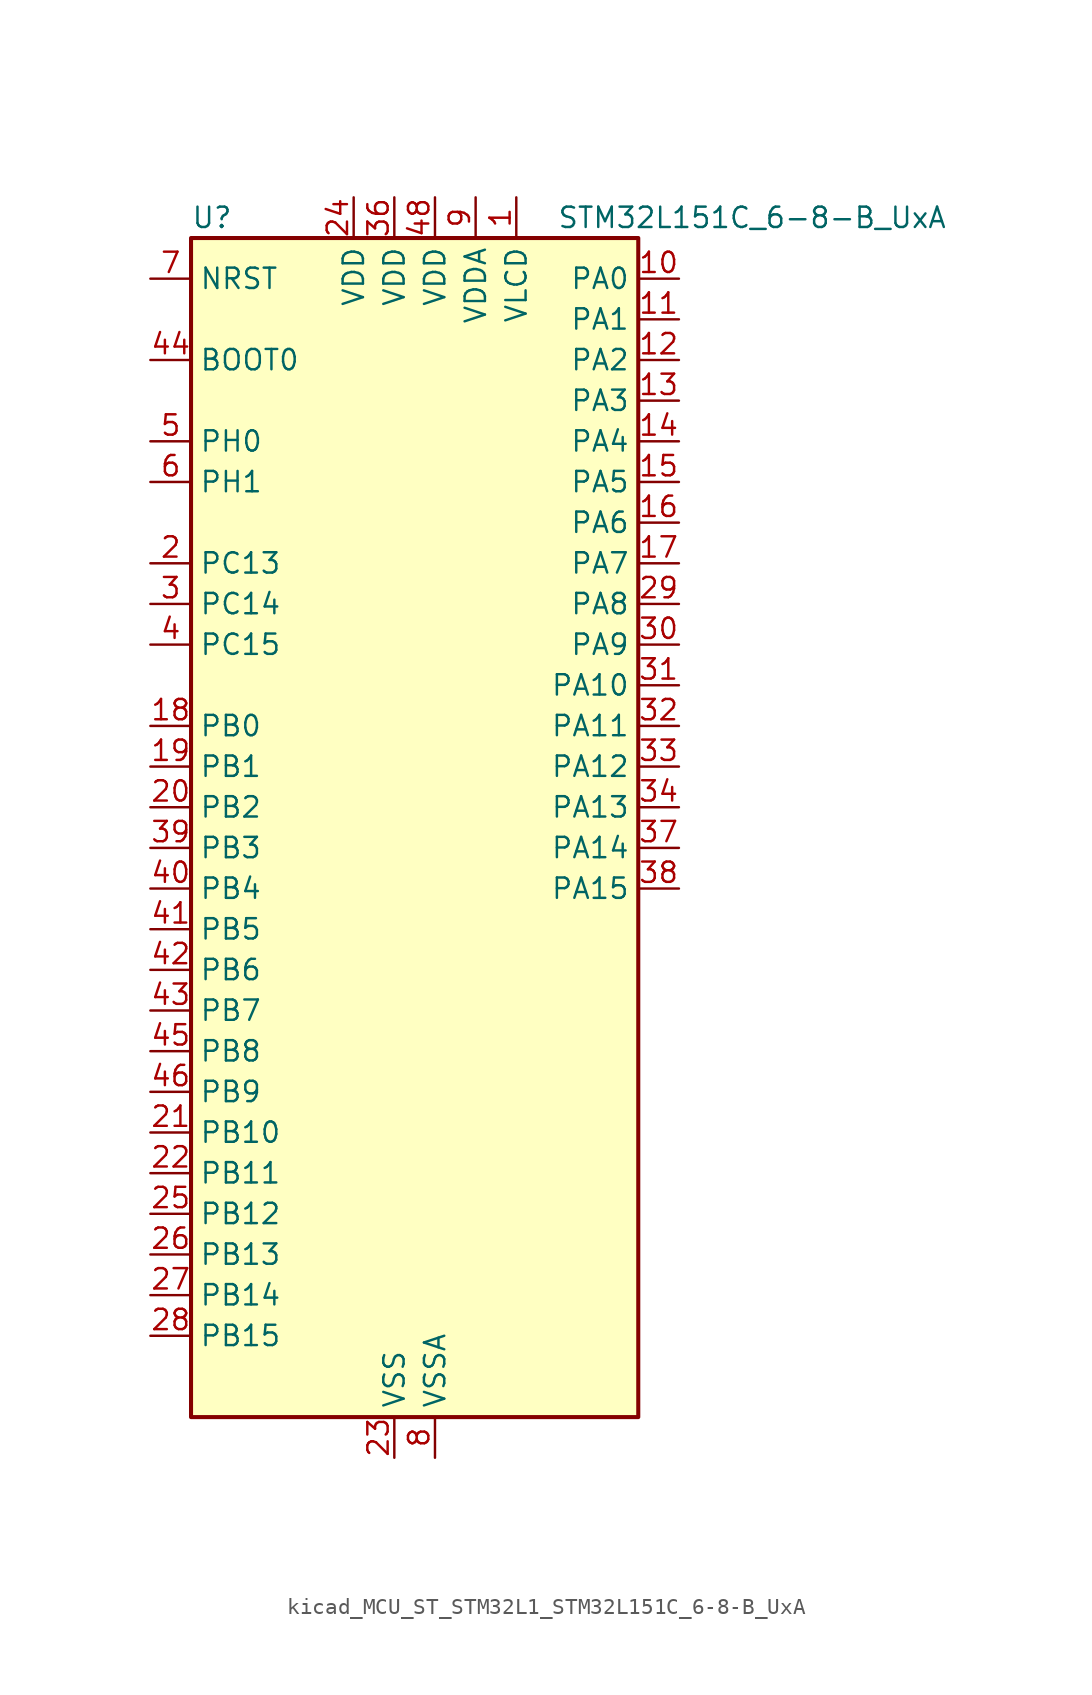
<source format=kicad_sym>
(kicad_symbol_lib
  (version 20220914)
  (generator kicad_symbol_editor)
  (symbol "kicad_MCU_ST_STM32L1_STM32L151C_6-8-B_UxA"
    (property "Reference" "U"
      (at -12.7 39.37 0)
      (effects (font (size 1.27 1.27)) (justify left)))
    (property "Value" "STM32L151C_6-8-B_UxA"
      (at 10.16 39.37 0)
      (effects (font (size 1.27 1.27)) (justify left)))
    (property "ki_locked" ""
      (at 0 0 0)
      (effects (font (size 1.27 1.27))))
    (symbol "kicad_MCU_ST_STM32L1_STM32L151C_6-8-B_UxA_0_1"
      (rectangle (start -12.7 -35.56) (end 15.24 38.1) (stroke (width 0.254) (type default)) (fill (type background))))
    (symbol "kicad_MCU_ST_STM32L1_STM32L151C_6-8-B_UxA_1_1"
      (pin power_in line (at 7.62 40.64 270) (length 2.54) (name "VLCD" (effects (font (size 1.27 1.27)))) (number "1" (effects (font (size 1.27 1.27)))))
      (pin bidirectional line (at 17.78 35.56 180) (length 2.54) (name "PA0" (effects (font (size 1.27 1.27)))) (number "10" (effects (font (size 1.27 1.27)))) (alternate "ADC_IN0" bidirectional line) (alternate "COMP1_INP" bidirectional line) (alternate "RTC_TAMP2" bidirectional line) (alternate "SYS_WKUP1" bidirectional line) (alternate "TIM2_CH1" bidirectional line) (alternate "TIM2_ETR" bidirectional line) (alternate "TIMX_IC1" bidirectional line) (alternate "TS_G1_IO1" bidirectional line) (alternate "USART2_CTS" bidirectional line))
      (pin bidirectional line (at 17.78 33.02 180) (length 2.54) (name "PA1" (effects (font (size 1.27 1.27)))) (number "11" (effects (font (size 1.27 1.27)))) (alternate "ADC_IN1" bidirectional line) (alternate "COMP1_INP" bidirectional line) (alternate "TIM2_CH2" bidirectional line) (alternate "TIMX_IC2" bidirectional line) (alternate "TS_G1_IO2" bidirectional line) (alternate "USART2_RTS" bidirectional line))
      (pin bidirectional line (at 17.78 30.48 180) (length 2.54) (name "PA2" (effects (font (size 1.27 1.27)))) (number "12" (effects (font (size 1.27 1.27)))) (alternate "ADC_IN2" bidirectional line) (alternate "COMP1_INP" bidirectional line) (alternate "TIM2_CH3" bidirectional line) (alternate "TIM9_CH1" bidirectional line) (alternate "TIMX_IC3" bidirectional line) (alternate "TS_G1_IO3" bidirectional line) (alternate "USART2_TX" bidirectional line))
      (pin bidirectional line (at 17.78 27.94 180) (length 2.54) (name "PA3" (effects (font (size 1.27 1.27)))) (number "13" (effects (font (size 1.27 1.27)))) (alternate "ADC_IN3" bidirectional line) (alternate "COMP1_INP" bidirectional line) (alternate "TIM2_CH4" bidirectional line) (alternate "TIM9_CH2" bidirectional line) (alternate "TIMX_IC4" bidirectional line) (alternate "TS_G1_IO4" bidirectional line) (alternate "USART2_RX" bidirectional line))
      (pin bidirectional line (at 17.78 25.4 180) (length 2.54) (name "PA4" (effects (font (size 1.27 1.27)))) (number "14" (effects (font (size 1.27 1.27)))) (alternate "ADC_IN4" bidirectional line) (alternate "COMP1_INP" bidirectional line) (alternate "DAC_OUT1" bidirectional line) (alternate "SPI1_NSS" bidirectional line) (alternate "TIMX_IC1" bidirectional line) (alternate "USART2_CK" bidirectional line))
      (pin bidirectional line (at 17.78 22.86 180) (length 2.54) (name "PA5" (effects (font (size 1.27 1.27)))) (number "15" (effects (font (size 1.27 1.27)))) (alternate "ADC_IN5" bidirectional line) (alternate "COMP1_INP" bidirectional line) (alternate "DAC_OUT2" bidirectional line) (alternate "SPI1_SCK" bidirectional line) (alternate "TIM2_CH1" bidirectional line) (alternate "TIM2_ETR" bidirectional line) (alternate "TIMX_IC2" bidirectional line))
      (pin bidirectional line (at 17.78 20.32 180) (length 2.54) (name "PA6" (effects (font (size 1.27 1.27)))) (number "16" (effects (font (size 1.27 1.27)))) (alternate "ADC_IN6" bidirectional line) (alternate "COMP1_INP" bidirectional line) (alternate "SPI1_MISO" bidirectional line) (alternate "TIM10_CH1" bidirectional line) (alternate "TIM3_CH1" bidirectional line) (alternate "TIMX_IC3" bidirectional line) (alternate "TS_G2_IO1" bidirectional line))
      (pin bidirectional line (at 17.78 17.78 180) (length 2.54) (name "PA7" (effects (font (size 1.27 1.27)))) (number "17" (effects (font (size 1.27 1.27)))) (alternate "ADC_IN7" bidirectional line) (alternate "COMP1_INP" bidirectional line) (alternate "SPI1_MOSI" bidirectional line) (alternate "TIM11_CH1" bidirectional line) (alternate "TIM3_CH2" bidirectional line) (alternate "TIMX_IC4" bidirectional line) (alternate "TS_G2_IO2" bidirectional line))
      (pin bidirectional line (at -15.24 7.62 0) (length 2.54) (name "PB0" (effects (font (size 1.27 1.27)))) (number "18" (effects (font (size 1.27 1.27)))) (alternate "ADC_IN8" bidirectional line) (alternate "COMP1_INP" bidirectional line) (alternate "SYS_V_REF_OUT" bidirectional line) (alternate "TIM3_CH3" bidirectional line) (alternate "TS_G3_IO1" bidirectional line))
      (pin bidirectional line (at -15.24 5.08 0) (length 2.54) (name "PB1" (effects (font (size 1.27 1.27)))) (number "19" (effects (font (size 1.27 1.27)))) (alternate "ADC_IN9" bidirectional line) (alternate "COMP1_INP" bidirectional line) (alternate "SYS_V_REF_OUT" bidirectional line) (alternate "TIM3_CH4" bidirectional line) (alternate "TS_G3_IO2" bidirectional line))
      (pin bidirectional line (at -15.24 17.78 0) (length 2.54) (name "PC13" (effects (font (size 1.27 1.27)))) (number "2" (effects (font (size 1.27 1.27)))) (alternate "RTC_OUT_ALARM" bidirectional line) (alternate "RTC_OUT_CALIB" bidirectional line) (alternate "RTC_TAMP1" bidirectional line) (alternate "RTC_TS" bidirectional line) (alternate "SYS_WKUP2" bidirectional line) (alternate "TIMX_IC2" bidirectional line))
      (pin bidirectional line (at -15.24 2.54 0) (length 2.54) (name "PB2" (effects (font (size 1.27 1.27)))) (number "20" (effects (font (size 1.27 1.27)))) (alternate "TS_G3_IO3" bidirectional line))
      (pin bidirectional line (at -15.24 -17.78 0) (length 2.54) (name "PB10" (effects (font (size 1.27 1.27)))) (number "21" (effects (font (size 1.27 1.27)))) (alternate "I2C2_SCL" bidirectional line) (alternate "TIM2_CH3" bidirectional line) (alternate "USART3_TX" bidirectional line))
      (pin bidirectional line (at -15.24 -20.32 0) (length 2.54) (name "PB11" (effects (font (size 1.27 1.27)))) (number "22" (effects (font (size 1.27 1.27)))) (alternate "ADC_EXTI11" bidirectional line) (alternate "I2C2_SDA" bidirectional line) (alternate "TIM2_CH4" bidirectional line) (alternate "USART3_RX" bidirectional line))
      (pin power_in line (at 0 -38.1 90) (length 2.54) (name "VSS" (effects (font (size 1.27 1.27)))) (number "23" (effects (font (size 1.27 1.27)))))
      (pin power_in line (at -2.54 40.64 270) (length 2.54) (name "VDD" (effects (font (size 1.27 1.27)))) (number "24" (effects (font (size 1.27 1.27)))))
      (pin bidirectional line (at -15.24 -22.86 0) (length 2.54) (name "PB12" (effects (font (size 1.27 1.27)))) (number "25" (effects (font (size 1.27 1.27)))) (alternate "ADC_IN18" bidirectional line) (alternate "COMP1_INP" bidirectional line) (alternate "I2C2_SMBA" bidirectional line) (alternate "SPI2_NSS" bidirectional line) (alternate "TIM10_CH1" bidirectional line) (alternate "TS_G7_IO1" bidirectional line) (alternate "USART3_CK" bidirectional line))
      (pin bidirectional line (at -15.24 -25.4 0) (length 2.54) (name "PB13" (effects (font (size 1.27 1.27)))) (number "26" (effects (font (size 1.27 1.27)))) (alternate "ADC_IN19" bidirectional line) (alternate "COMP1_INP" bidirectional line) (alternate "SPI2_SCK" bidirectional line) (alternate "TIM9_CH1" bidirectional line) (alternate "TS_G7_IO2" bidirectional line) (alternate "USART3_CTS" bidirectional line))
      (pin bidirectional line (at -15.24 -27.94 0) (length 2.54) (name "PB14" (effects (font (size 1.27 1.27)))) (number "27" (effects (font (size 1.27 1.27)))) (alternate "ADC_IN20" bidirectional line) (alternate "COMP1_INP" bidirectional line) (alternate "SPI2_MISO" bidirectional line) (alternate "TIM9_CH2" bidirectional line) (alternate "TS_G7_IO3" bidirectional line) (alternate "USART3_RTS" bidirectional line))
      (pin bidirectional line (at -15.24 -30.48 0) (length 2.54) (name "PB15" (effects (font (size 1.27 1.27)))) (number "28" (effects (font (size 1.27 1.27)))) (alternate "ADC_EXTI15" bidirectional line) (alternate "ADC_IN21" bidirectional line) (alternate "COMP1_INP" bidirectional line) (alternate "RTC_REFIN" bidirectional line) (alternate "SPI2_MOSI" bidirectional line) (alternate "TIM11_CH1" bidirectional line) (alternate "TS_G7_IO4" bidirectional line))
      (pin bidirectional line (at 17.78 15.24 180) (length 2.54) (name "PA8" (effects (font (size 1.27 1.27)))) (number "29" (effects (font (size 1.27 1.27)))) (alternate "RCC_MCO" bidirectional line) (alternate "TIMX_IC1" bidirectional line) (alternate "TS_G4_IO1" bidirectional line) (alternate "USART1_CK" bidirectional line))
      (pin bidirectional line (at -15.24 15.24 0) (length 2.54) (name "PC14" (effects (font (size 1.27 1.27)))) (number "3" (effects (font (size 1.27 1.27)))) (alternate "RCC_OSC32_IN" bidirectional line) (alternate "TIMX_IC3" bidirectional line))
      (pin bidirectional line (at 17.78 12.7 180) (length 2.54) (name "PA9" (effects (font (size 1.27 1.27)))) (number "30" (effects (font (size 1.27 1.27)))) (alternate "DAC_EXTI9" bidirectional line) (alternate "TIMX_IC2" bidirectional line) (alternate "TS_G4_IO2" bidirectional line) (alternate "USART1_TX" bidirectional line))
      (pin bidirectional line (at 17.78 10.16 180) (length 2.54) (name "PA10" (effects (font (size 1.27 1.27)))) (number "31" (effects (font (size 1.27 1.27)))) (alternate "TIMX_IC3" bidirectional line) (alternate "TS_G4_IO3" bidirectional line) (alternate "USART1_RX" bidirectional line))
      (pin bidirectional line (at 17.78 7.62 180) (length 2.54) (name "PA11" (effects (font (size 1.27 1.27)))) (number "32" (effects (font (size 1.27 1.27)))) (alternate "ADC_EXTI11" bidirectional line) (alternate "SPI1_MISO" bidirectional line) (alternate "TIMX_IC4" bidirectional line) (alternate "USART1_CTS" bidirectional line) (alternate "USB_DM" bidirectional line))
      (pin bidirectional line (at 17.78 5.08 180) (length 2.54) (name "PA12" (effects (font (size 1.27 1.27)))) (number "33" (effects (font (size 1.27 1.27)))) (alternate "SPI1_MOSI" bidirectional line) (alternate "TIMX_IC1" bidirectional line) (alternate "USART1_RTS" bidirectional line) (alternate "USB_DP" bidirectional line))
      (pin bidirectional line (at 17.78 2.54 180) (length 2.54) (name "PA13" (effects (font (size 1.27 1.27)))) (number "34" (effects (font (size 1.27 1.27)))) (alternate "SYS_JTMS-SWDIO" bidirectional line) (alternate "TIMX_IC2" bidirectional line) (alternate "TS_G5_IO1" bidirectional line))
      (pin passive line (at 0 -38.1 90) (length 2.54) hide (name "VSS" (effects (font (size 1.27 1.27)))) (number "35" (effects (font (size 1.27 1.27)))))
      (pin power_in line (at 0 40.64 270) (length 2.54) (name "VDD" (effects (font (size 1.27 1.27)))) (number "36" (effects (font (size 1.27 1.27)))))
      (pin bidirectional line (at 17.78 0 180) (length 2.54) (name "PA14" (effects (font (size 1.27 1.27)))) (number "37" (effects (font (size 1.27 1.27)))) (alternate "SYS_JTCK-SWCLK" bidirectional line) (alternate "TIMX_IC3" bidirectional line) (alternate "TS_G5_IO2" bidirectional line))
      (pin bidirectional line (at 17.78 -2.54 180) (length 2.54) (name "PA15" (effects (font (size 1.27 1.27)))) (number "38" (effects (font (size 1.27 1.27)))) (alternate "ADC_EXTI15" bidirectional line) (alternate "SPI1_NSS" bidirectional line) (alternate "SYS_JTDI" bidirectional line) (alternate "TIM2_CH1" bidirectional line) (alternate "TIM2_ETR" bidirectional line) (alternate "TIMX_IC4" bidirectional line) (alternate "TS_G5_IO3" bidirectional line))
      (pin bidirectional line (at -15.24 0 0) (length 2.54) (name "PB3" (effects (font (size 1.27 1.27)))) (number "39" (effects (font (size 1.27 1.27)))) (alternate "COMP2_INM" bidirectional line) (alternate "SPI1_SCK" bidirectional line) (alternate "SYS_JTDO-TRACESWO" bidirectional line) (alternate "TIM2_CH2" bidirectional line))
      (pin bidirectional line (at -15.24 12.7 0) (length 2.54) (name "PC15" (effects (font (size 1.27 1.27)))) (number "4" (effects (font (size 1.27 1.27)))) (alternate "ADC_EXTI15" bidirectional line) (alternate "RCC_OSC32_OUT" bidirectional line) (alternate "TIMX_IC4" bidirectional line))
      (pin bidirectional line (at -15.24 -2.54 0) (length 2.54) (name "PB4" (effects (font (size 1.27 1.27)))) (number "40" (effects (font (size 1.27 1.27)))) (alternate "COMP2_INP" bidirectional line) (alternate "SPI1_MISO" bidirectional line) (alternate "SYS_JTRST" bidirectional line) (alternate "TIM3_CH1" bidirectional line) (alternate "TS_G6_IO1" bidirectional line))
      (pin bidirectional line (at -15.24 -5.08 0) (length 2.54) (name "PB5" (effects (font (size 1.27 1.27)))) (number "41" (effects (font (size 1.27 1.27)))) (alternate "COMP2_INP" bidirectional line) (alternate "I2C1_SMBA" bidirectional line) (alternate "SPI1_MOSI" bidirectional line) (alternate "TIM3_CH2" bidirectional line) (alternate "TS_G6_IO2" bidirectional line))
      (pin bidirectional line (at -15.24 -7.62 0) (length 2.54) (name "PB6" (effects (font (size 1.27 1.27)))) (number "42" (effects (font (size 1.27 1.27)))) (alternate "I2C1_SCL" bidirectional line) (alternate "TIM4_CH1" bidirectional line) (alternate "TS_G6_IO3" bidirectional line) (alternate "USART1_TX" bidirectional line))
      (pin bidirectional line (at -15.24 -10.16 0) (length 2.54) (name "PB7" (effects (font (size 1.27 1.27)))) (number "43" (effects (font (size 1.27 1.27)))) (alternate "I2C1_SDA" bidirectional line) (alternate "SYS_PVD_IN" bidirectional line) (alternate "TIM4_CH2" bidirectional line) (alternate "TS_G6_IO4" bidirectional line) (alternate "USART1_RX" bidirectional line))
      (pin input line (at -15.24 30.48 0) (length 2.54) (name "BOOT0" (effects (font (size 1.27 1.27)))) (number "44" (effects (font (size 1.27 1.27)))))
      (pin bidirectional line (at -15.24 -12.7 0) (length 2.54) (name "PB8" (effects (font (size 1.27 1.27)))) (number "45" (effects (font (size 1.27 1.27)))) (alternate "I2C1_SCL" bidirectional line) (alternate "TIM10_CH1" bidirectional line) (alternate "TIM4_CH3" bidirectional line))
      (pin bidirectional line (at -15.24 -15.24 0) (length 2.54) (name "PB9" (effects (font (size 1.27 1.27)))) (number "46" (effects (font (size 1.27 1.27)))) (alternate "DAC_EXTI9" bidirectional line) (alternate "I2C1_SDA" bidirectional line) (alternate "TIM11_CH1" bidirectional line) (alternate "TIM4_CH4" bidirectional line))
      (pin passive line (at 0 -38.1 90) (length 2.54) hide (name "VSS" (effects (font (size 1.27 1.27)))) (number "47" (effects (font (size 1.27 1.27)))))
      (pin power_in line (at 2.54 40.64 270) (length 2.54) (name "VDD" (effects (font (size 1.27 1.27)))) (number "48" (effects (font (size 1.27 1.27)))))
      (pin passive line (at 0 -38.1 90) (length 2.54) hide (name "VSS" (effects (font (size 1.27 1.27)))) (number "49" (effects (font (size 1.27 1.27)))))
      (pin bidirectional line (at -15.24 25.4 0) (length 2.54) (name "PH0" (effects (font (size 1.27 1.27)))) (number "5" (effects (font (size 1.27 1.27)))) (alternate "RCC_OSC_IN" bidirectional line))
      (pin bidirectional line (at -15.24 22.86 0) (length 2.54) (name "PH1" (effects (font (size 1.27 1.27)))) (number "6" (effects (font (size 1.27 1.27)))) (alternate "RCC_OSC_OUT" bidirectional line))
      (pin input line (at -15.24 35.56 0) (length 2.54) (name "NRST" (effects (font (size 1.27 1.27)))) (number "7" (effects (font (size 1.27 1.27)))))
      (pin power_in line (at 2.54 -38.1 90) (length 2.54) (name "VSSA" (effects (font (size 1.27 1.27)))) (number "8" (effects (font (size 1.27 1.27)))))
      (pin power_in line (at 5.08 40.64 270) (length 2.54) (name "VDDA" (effects (font (size 1.27 1.27)))) (number "9" (effects (font (size 1.27 1.27))))))))
</source>
